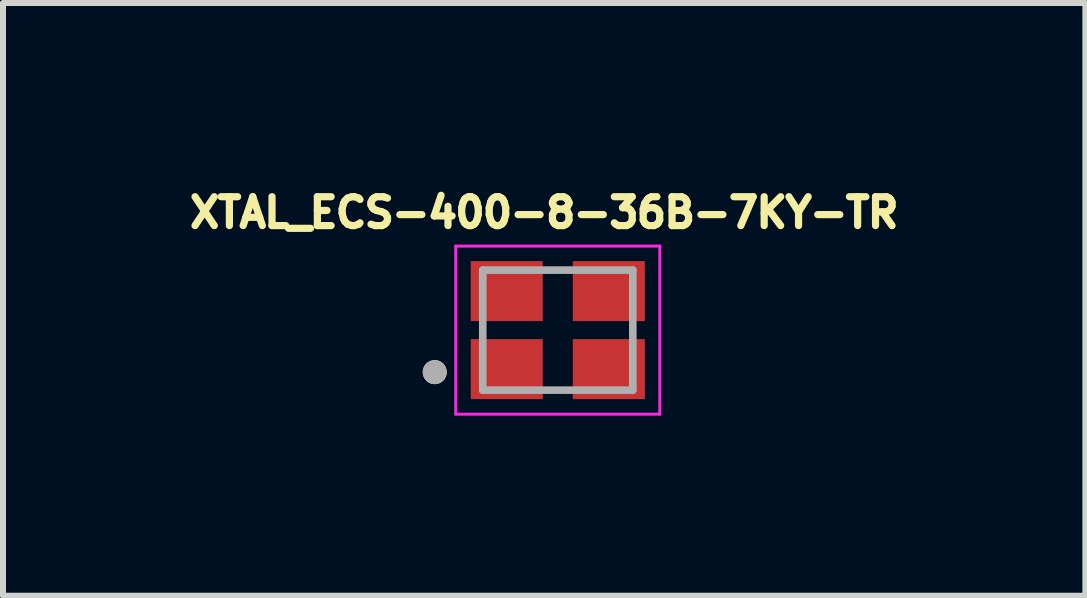
<source format=kicad_pcb>
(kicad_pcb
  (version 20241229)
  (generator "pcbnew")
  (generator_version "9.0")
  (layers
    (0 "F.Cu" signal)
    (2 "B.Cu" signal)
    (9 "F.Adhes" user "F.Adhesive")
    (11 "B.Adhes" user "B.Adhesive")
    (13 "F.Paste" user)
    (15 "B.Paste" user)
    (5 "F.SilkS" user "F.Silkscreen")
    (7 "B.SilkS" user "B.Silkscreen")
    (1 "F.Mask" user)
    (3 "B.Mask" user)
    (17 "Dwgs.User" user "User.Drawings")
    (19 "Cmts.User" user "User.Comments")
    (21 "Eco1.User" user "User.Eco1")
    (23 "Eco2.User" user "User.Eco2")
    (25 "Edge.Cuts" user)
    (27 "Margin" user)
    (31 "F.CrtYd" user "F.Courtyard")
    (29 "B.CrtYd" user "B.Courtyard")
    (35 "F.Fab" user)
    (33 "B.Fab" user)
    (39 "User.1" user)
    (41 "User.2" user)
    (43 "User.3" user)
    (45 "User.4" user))
  (footprint "XTAL_ECS-400-8-36B-7KY-TR"
    (layer "F.Cu")
    (at 6.243 2.45)
    (property "Reference" "XTAL_ECS-400-8-36B-7KY-TR" (at -0.226 -1.958 0) (layer "F.SilkS") (effects (font (size 0.481 0.481) (thickness 0.15))))
    (attr through_hole)
    (fp_circle (center -2.05 0.7) (end -1.95 0.7) (stroke (width 0.2) (type solid)) (fill no) (layer "F.SilkS"))
    (fp_line (start -1.7 -1.4) (end -1.7 1.4) (stroke (width 0.05) (type solid)) (layer "F.CrtYd"))
    (fp_line (start -1.7 1.4) (end 1.7 1.4) (stroke (width 0.05) (type solid)) (layer "F.CrtYd"))
    (fp_line (start 1.7 -1.4) (end -1.7 -1.4) (stroke (width 0.05) (type solid)) (layer "F.CrtYd"))
    (fp_line (start 1.7 1.4) (end 1.7 -1.4) (stroke (width 0.05) (type solid)) (layer "F.CrtYd"))
    (fp_line (start -1.25 -1) (end -1.25 1) (stroke (width 0.127) (type solid)) (layer "F.Fab"))
    (fp_line (start -1.25 1) (end 1.25 1) (stroke (width 0.127) (type solid)) (layer "F.Fab"))
    (fp_line (start 1.25 -1) (end -1.25 -1) (stroke (width 0.127) (type solid)) (layer "F.Fab"))
    (fp_line (start 1.25 1) (end 1.25 -1) (stroke (width 0.127) (type solid)) (layer "F.Fab"))
    (fp_circle (center -2.05 0.7) (end -1.95 0.7) (stroke (width 0.2) (type solid)) (fill no) (layer "F.Fab"))
    (pad "1" smd rect (at -0.85 0.65 90) (size 1 1.2) (layers "F.Cu" "F.Mask" "F.Paste"))
    (pad "2" smd rect (at 0.85 0.65 90) (size 1 1.2) (layers "F.Cu" "F.Mask" "F.Paste"))
    (pad "3" smd rect (at 0.85 -0.65 90) (size 1 1.2) (layers "F.Cu" "F.Mask" "F.Paste"))
    (pad "4" smd rect (at -0.85 -0.65 90) (size 1 1.2) (layers "F.Cu" "F.Mask" "F.Paste")))
  (gr_rect
    (start -3 -3)
    (end 15.033 6.875)
    (stroke (width 0.1) (type default))
    (fill no)
    (layer "Edge.Cuts")))
</source>
